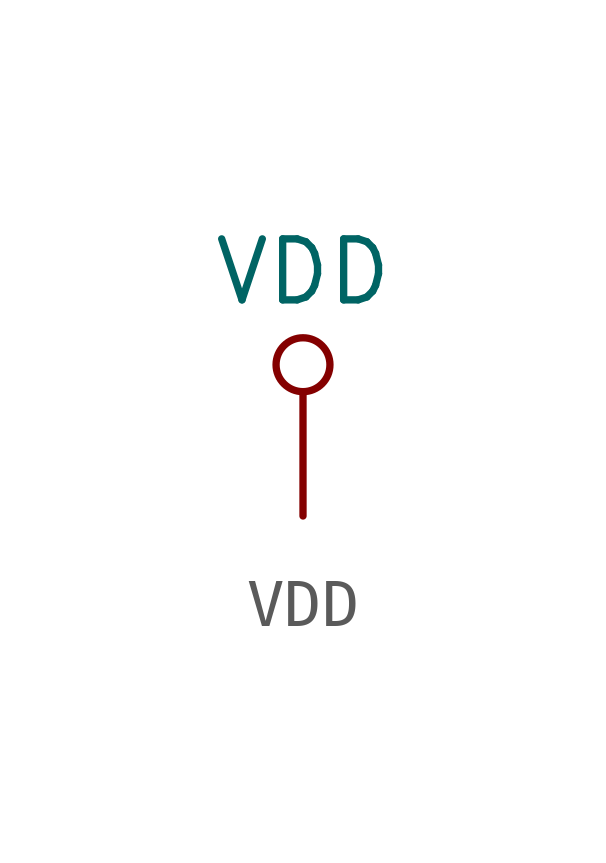
<source format=kicad_sym>
(kicad_symbol_lib
  (version 20231120)
  (generator "kicad_symbol_editor")
  (generator_version "8.0")
  (symbol "VDD"
    (power)
    (pin_numbers hide)
    (pin_names hide)
    (property "Reference" "#PWR"
      (at 4.724 3.708 0)
      (effects (font (size 1.27 1.27)) (hide yes)))
    (property "Value" "VDD"
      (at 0 3.81 0)
      (effects (font (size 1.27 1.27))))
    (symbol "VDD_0_1"
      (circle (center 0 1.88) (radius 0.561) (stroke (width 0) (type default)) (fill (type none))))
    (symbol "VDD_1_1"
      (pin power_in line (at 0 -1.27 90) (length 2.54) (name "+VDD" (effects (font (size 1.27 1.27)))) (number "~" (effects (font (size 1.27 1.27))))))))
</source>
